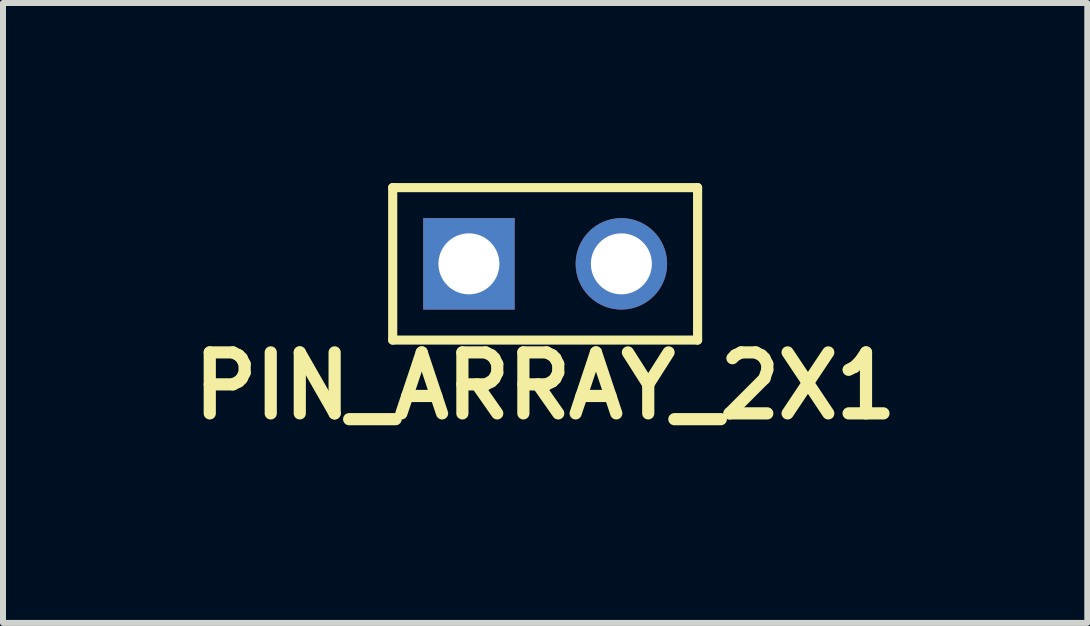
<source format=kicad_pcb>
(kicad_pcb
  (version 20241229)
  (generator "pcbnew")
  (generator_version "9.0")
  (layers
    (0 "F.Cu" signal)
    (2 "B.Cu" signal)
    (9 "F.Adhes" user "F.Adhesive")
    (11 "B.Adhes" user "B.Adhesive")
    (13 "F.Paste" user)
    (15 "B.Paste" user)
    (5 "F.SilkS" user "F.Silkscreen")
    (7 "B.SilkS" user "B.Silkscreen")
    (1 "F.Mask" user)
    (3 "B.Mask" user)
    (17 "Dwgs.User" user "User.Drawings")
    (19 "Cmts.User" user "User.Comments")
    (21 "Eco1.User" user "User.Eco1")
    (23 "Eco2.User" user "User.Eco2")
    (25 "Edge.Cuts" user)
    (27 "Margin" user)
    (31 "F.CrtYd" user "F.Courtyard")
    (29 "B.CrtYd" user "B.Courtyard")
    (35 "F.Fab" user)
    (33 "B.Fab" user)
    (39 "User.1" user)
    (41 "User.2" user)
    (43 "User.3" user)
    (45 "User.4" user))
  (footprint "PIN_ARRAY_2X1"
    (layer "F.Cu")
    (at 6.033 1.346)
    (property "Reference" "PIN_ARRAY_2X1" (at 0 2.032 0) (layer "F.SilkS") (effects (font (size 1.016 1.016) (thickness 0.203))))
    (attr through_hole)
    (fp_line (start -2.54 -1.27) (end 2.54 -1.27) (stroke (width 0.152) (type solid)) (layer "F.SilkS"))
    (fp_line (start -2.54 1.27) (end -2.54 -1.27) (stroke (width 0.152) (type solid)) (layer "F.SilkS"))
    (fp_line (start 2.54 -1.27) (end 2.54 1.27) (stroke (width 0.152) (type solid)) (layer "F.SilkS"))
    (fp_line (start 2.54 1.27) (end -2.54 1.27) (stroke (width 0.152) (type solid)) (layer "F.SilkS"))
    (pad "1" thru_hole rect (at -1.27 0) (size 1.524 1.524) (drill 1.016) (layers "*.Cu" "*.Mask"))
    (pad "2" thru_hole circle (at 1.27 0) (size 1.524 1.524) (drill 1.016) (layers "*.Cu" "*.Mask")))
  (gr_rect
    (start -3 -3)
    (end 15.066 7.329)
    (stroke (width 0.1) (type default))
    (fill no)
    (layer "Edge.Cuts")))
</source>
